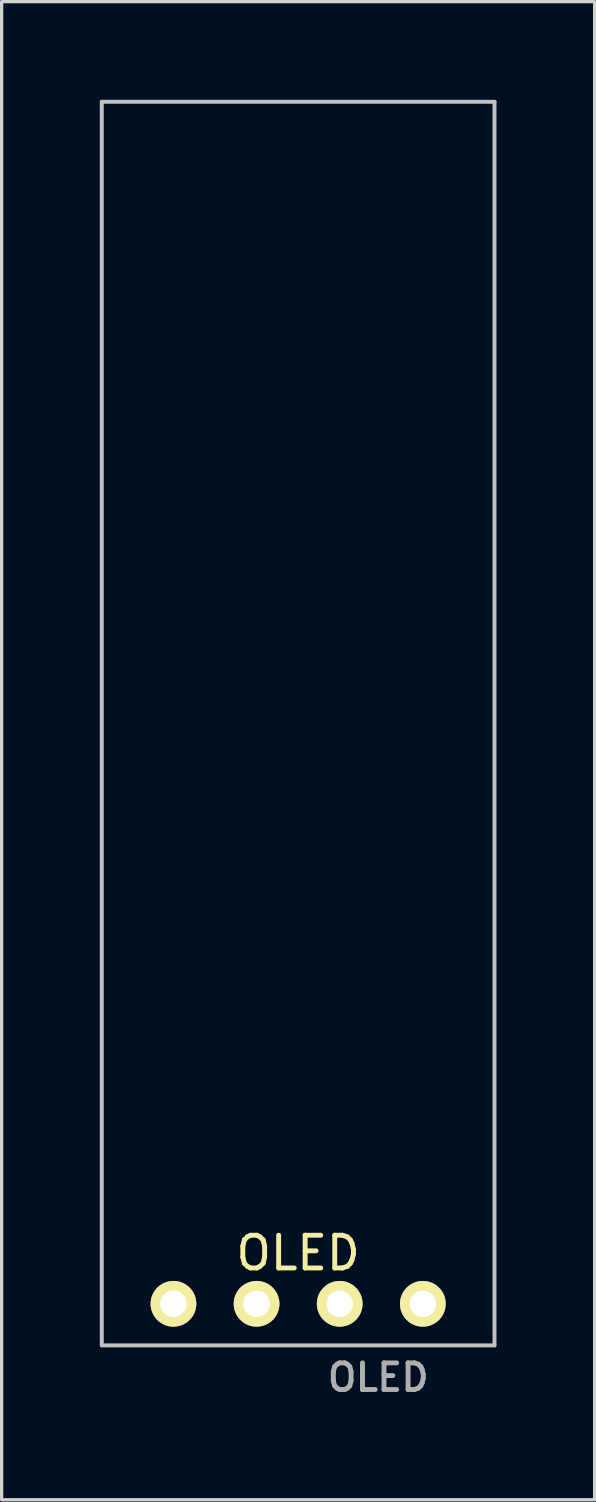
<source format=kicad_pcb>
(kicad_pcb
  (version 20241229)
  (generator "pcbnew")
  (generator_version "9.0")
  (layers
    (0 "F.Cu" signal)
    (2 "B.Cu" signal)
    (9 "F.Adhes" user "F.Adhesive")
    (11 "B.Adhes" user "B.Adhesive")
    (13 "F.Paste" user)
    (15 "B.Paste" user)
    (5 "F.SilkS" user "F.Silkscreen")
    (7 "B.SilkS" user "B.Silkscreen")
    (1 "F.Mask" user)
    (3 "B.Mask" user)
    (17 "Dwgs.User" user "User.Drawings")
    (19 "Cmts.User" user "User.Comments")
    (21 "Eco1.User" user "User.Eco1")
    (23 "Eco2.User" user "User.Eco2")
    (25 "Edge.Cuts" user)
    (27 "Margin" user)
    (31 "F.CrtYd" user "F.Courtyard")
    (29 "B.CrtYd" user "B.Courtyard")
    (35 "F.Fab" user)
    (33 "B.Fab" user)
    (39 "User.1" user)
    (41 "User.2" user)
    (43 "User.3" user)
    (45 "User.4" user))
  (footprint "OLED"
    (layer "F.Cu")
    (at 6.06 36.79)
    (property "Reference" "OLED" (at 2.45 2.25 180) (layer "F.Fab") (effects (font (size 0.813 0.813) (thickness 0.15))))
    (attr through_hole)
    (fp_line (start -6 -36.73) (end 6 -36.73) (stroke (width 0.12) (type solid)) (layer "Dwgs.User"))
    (fp_line (start -6 1.27) (end -6 -36.73) (stroke (width 0.12) (type solid)) (layer "Dwgs.User"))
    (fp_line (start -6 1.27) (end 6 1.27) (stroke (width 0.12) (type solid)) (layer "Dwgs.User"))
    (fp_line (start 6 -36.73) (end 6 1.27) (stroke (width 0.12) (type solid)) (layer "Dwgs.User"))
    (fp_text user "OLED" (at 0 -1.55 0) (layer "F.SilkS") (effects (font (size 1 1) (thickness 0.15))))
    (pad "1" thru_hole circle (at -3.81 0) (size 1.397 1.397) (drill 0.813) (layers "*.Cu" "B.Mask" "F.SilkS"))
    (pad "2" thru_hole circle (at -1.27 0) (size 1.397 1.397) (drill 0.813) (layers "*.Cu" "B.Mask" "F.SilkS"))
    (pad "3" thru_hole circle (at 1.27 0) (size 1.397 1.397) (drill 0.813) (layers "*.Cu" "B.Mask" "F.SilkS"))
    (pad "4" thru_hole circle (at 3.81 0) (size 1.397 1.397) (drill 0.813) (layers "*.Cu" "B.Mask" "F.SilkS")))
  (gr_rect
    (start -3 -3)
    (end 15.12 42.779)
    (stroke (width 0.1) (type default))
    (fill no)
    (layer "Edge.Cuts")))
</source>
